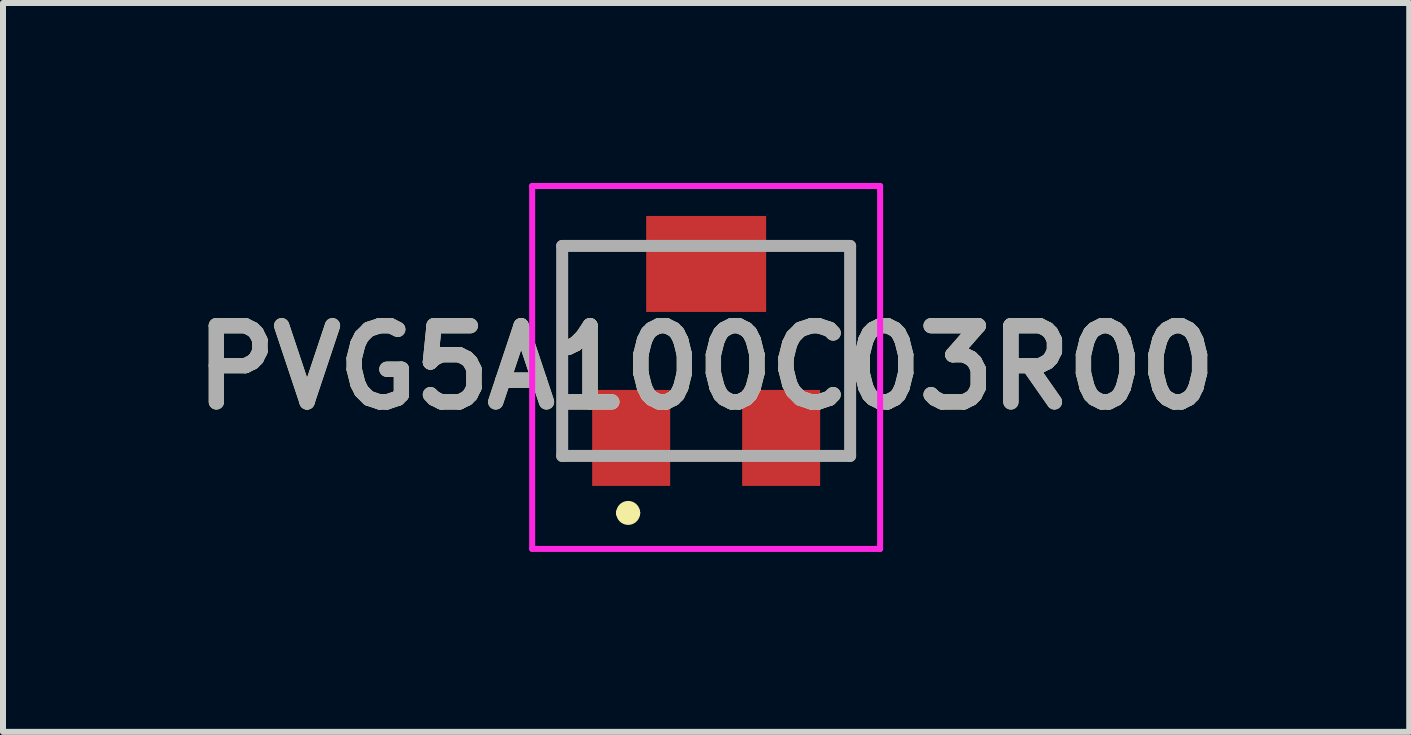
<source format=kicad_pcb>
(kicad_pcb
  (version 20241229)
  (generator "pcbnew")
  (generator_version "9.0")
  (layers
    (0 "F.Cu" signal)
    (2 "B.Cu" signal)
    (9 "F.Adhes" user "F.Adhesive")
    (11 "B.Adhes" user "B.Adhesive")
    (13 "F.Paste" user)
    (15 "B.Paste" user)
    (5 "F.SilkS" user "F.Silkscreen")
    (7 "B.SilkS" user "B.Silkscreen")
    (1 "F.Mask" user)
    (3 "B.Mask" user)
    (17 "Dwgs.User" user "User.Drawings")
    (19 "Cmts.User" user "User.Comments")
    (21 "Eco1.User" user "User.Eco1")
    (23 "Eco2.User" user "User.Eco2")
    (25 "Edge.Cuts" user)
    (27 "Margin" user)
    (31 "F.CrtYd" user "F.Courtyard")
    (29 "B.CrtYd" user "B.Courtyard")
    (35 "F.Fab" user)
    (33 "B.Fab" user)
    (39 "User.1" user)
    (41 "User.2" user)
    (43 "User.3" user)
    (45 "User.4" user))
  (footprint "PVG5A100C03R00"
    (layer "F.Cu")
    (at 8.721 2.8)
    (property "Reference" "PVG5A100C03R00" (at 0 0.275 0) (layer "F.SilkS") (effects (font (size 1.27 1.27) (thickness 0.254))))
    (attr smd)
    (fp_line (start -2.4 -1.75) (end -2.4 1.75) (stroke (width 0.1) (type solid)) (layer "F.SilkS"))
    (fp_line (start -1.4 2.7) (end -1.4 2.7) (stroke (width 0.2) (type solid)) (layer "F.SilkS"))
    (fp_line (start -1.2 2.7) (end -1.2 2.7) (stroke (width 0.2) (type solid)) (layer "F.SilkS"))
    (fp_line (start 2.4 -1.75) (end 2.4 1.75) (stroke (width 0.1) (type solid)) (layer "F.SilkS"))
    (fp_arc (start -1.4 2.7) (mid -1.3 2.6) (end -1.2 2.7) (stroke (width 0.2) (type solid)) (layer "F.SilkS"))
    (fp_arc (start -1.2 2.7) (mid -1.3 2.8) (end -1.4 2.7) (stroke (width 0.2) (type solid)) (layer "F.SilkS"))
    (fp_line (start -2.9 -2.75) (end 2.9 -2.75) (stroke (width 0.1) (type solid)) (layer "F.CrtYd"))
    (fp_line (start -2.9 3.3) (end -2.9 -2.75) (stroke (width 0.1) (type solid)) (layer "F.CrtYd"))
    (fp_line (start 2.9 -2.75) (end 2.9 3.3) (stroke (width 0.1) (type solid)) (layer "F.CrtYd"))
    (fp_line (start 2.9 3.3) (end -2.9 3.3) (stroke (width 0.1) (type solid)) (layer "F.CrtYd"))
    (fp_line (start -2.4 -1.75) (end 2.4 -1.75) (stroke (width 0.2) (type solid)) (layer "F.Fab"))
    (fp_line (start -2.4 1.75) (end -2.4 -1.75) (stroke (width 0.2) (type solid)) (layer "F.Fab"))
    (fp_line (start 2.4 -1.75) (end 2.4 1.75) (stroke (width 0.2) (type solid)) (layer "F.Fab"))
    (fp_line (start 2.4 1.75) (end -2.4 1.75) (stroke (width 0.2) (type solid)) (layer "F.Fab"))
    (fp_text user "${REFERENCE}" (at 0 0.275 0) (layer "F.Fab") (effects (font (size 1.27 1.27) (thickness 0.254))))
    (pad "1" smd rect (at -1.25 1.45 90) (size 1.6 1.3) (layers "F.Cu" "F.Mask" "F.Paste"))
    (pad "2" smd rect (at 0 -1.45 90) (size 1.6 2) (layers "F.Cu" "F.Mask" "F.Paste"))
    (pad "3" smd rect (at 1.25 1.45 90) (size 1.6 1.3) (layers "F.Cu" "F.Mask" "F.Paste")))
  (gr_rect
    (start -3 -3)
    (end 20.441 9.15)
    (stroke (width 0.1) (type default))
    (fill no)
    (layer "Edge.Cuts")))
</source>
